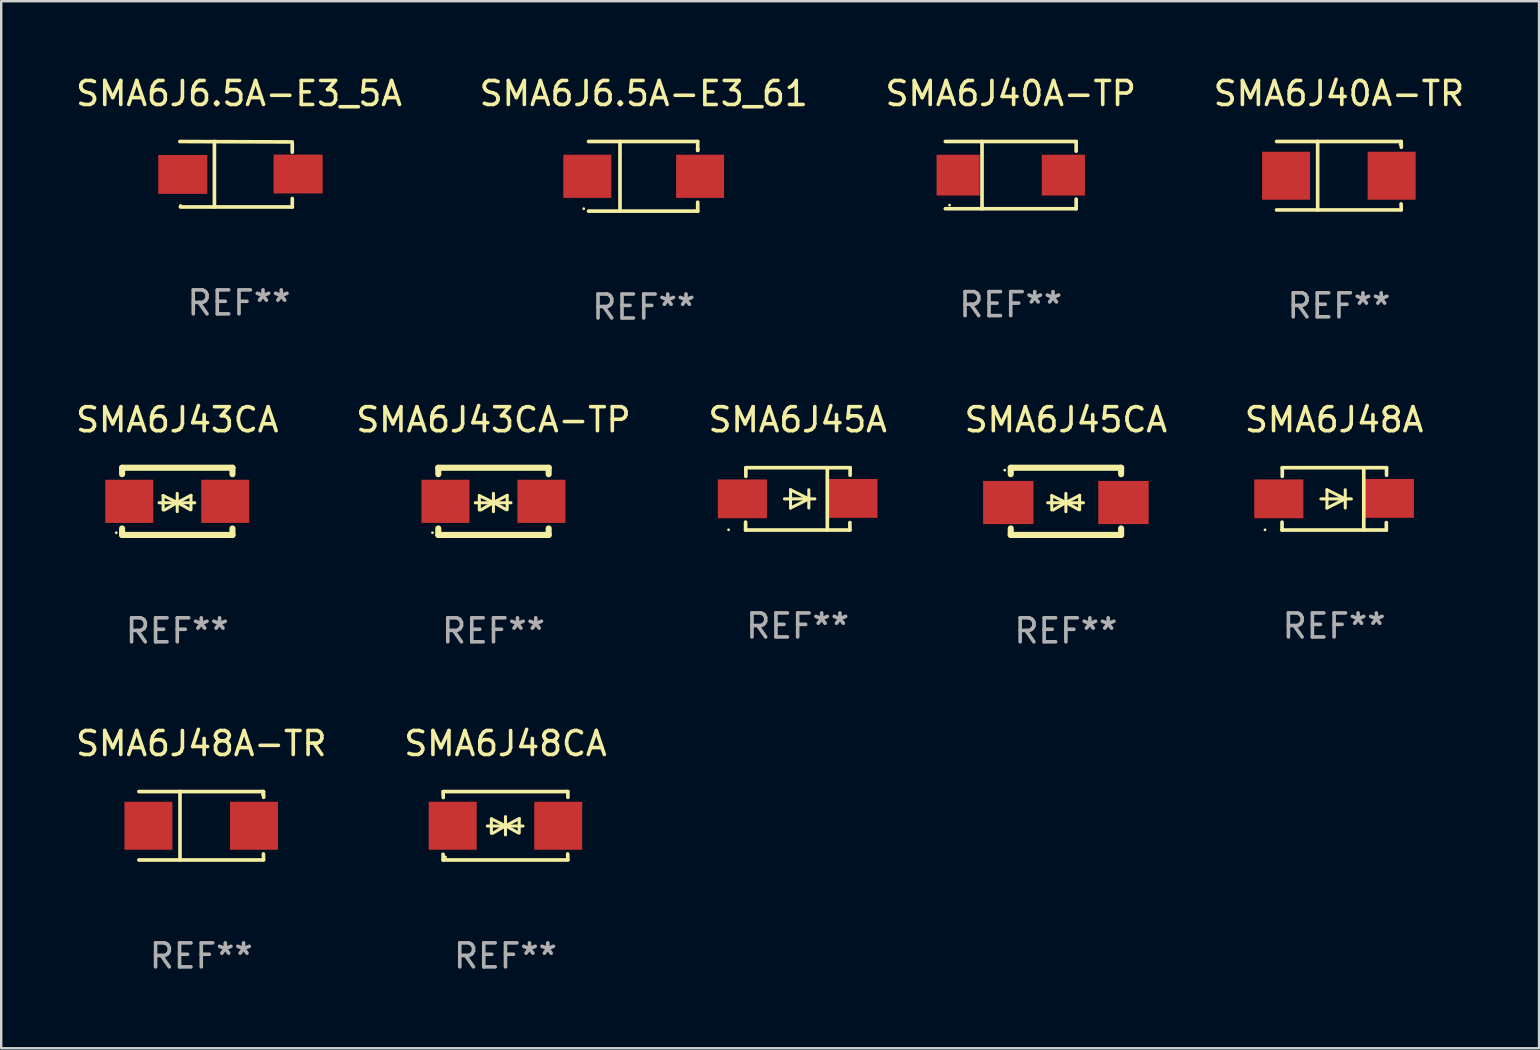
<source format=kicad_pcb>
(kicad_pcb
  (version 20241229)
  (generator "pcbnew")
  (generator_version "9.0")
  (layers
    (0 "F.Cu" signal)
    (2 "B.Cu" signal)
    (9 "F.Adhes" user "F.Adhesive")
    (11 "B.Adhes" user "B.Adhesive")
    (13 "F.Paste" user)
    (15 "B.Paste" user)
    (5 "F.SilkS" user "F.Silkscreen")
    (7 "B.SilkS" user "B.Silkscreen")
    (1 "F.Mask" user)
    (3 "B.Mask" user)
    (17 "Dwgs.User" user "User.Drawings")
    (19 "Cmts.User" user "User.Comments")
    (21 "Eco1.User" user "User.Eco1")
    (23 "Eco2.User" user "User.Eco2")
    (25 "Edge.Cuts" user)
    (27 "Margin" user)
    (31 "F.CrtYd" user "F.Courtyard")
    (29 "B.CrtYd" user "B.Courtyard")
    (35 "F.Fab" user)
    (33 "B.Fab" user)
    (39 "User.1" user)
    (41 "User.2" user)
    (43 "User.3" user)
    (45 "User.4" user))
  (footprint "SMA6J45A"
    (layer "F.Cu")
    (at 30.196 17.743)
    (property "Reference" "SMA6J45A" (at 0 -3.299 0) (layer "F.SilkS") (effects (font (size 1 1) (thickness 0.15))))
    (attr through_hole)
    (fp_line (start -2.17 0.969) (end -2.17 1.299) (stroke (width 0.152) (type solid)) (layer "F.SilkS"))
    (fp_line (start -2.17 1.299) (end 2.177 1.299) (stroke (width 0.152) (type solid)) (layer "F.SilkS"))
    (fp_line (start -2.16 -1.299) (end 2.186 -1.299) (stroke (width 0.152) (type solid)) (layer "F.SilkS"))
    (fp_line (start -2.16 -0.94) (end -2.16 -1.299) (stroke (width 0.152) (type solid)) (layer "F.SilkS"))
    (fp_line (start -0.551 -0.000483) (end 0.719 -0.000483) (stroke (width 0.127) (type solid)) (layer "F.SilkS"))
    (fp_line (start -0.297 -0.381) (end 0.465 -0.000483) (stroke (width 0.127) (type solid)) (layer "F.SilkS"))
    (fp_line (start -0.297 -0.000483) (end -0.297 -0.381) (stroke (width 0.127) (type solid)) (layer "F.SilkS"))
    (fp_line (start -0.297 -0.000483) (end -0.297 0.381) (stroke (width 0.127) (type solid)) (layer "F.SilkS"))
    (fp_line (start -0.297 0.381) (end 0.465 -0.000483) (stroke (width 0.127) (type solid)) (layer "F.SilkS"))
    (fp_line (start 0.465 -0.000483) (end 0.465 -0.381) (stroke (width 0.127) (type solid)) (layer "F.SilkS"))
    (fp_line (start 0.465 -0.000483) (end 0.465 0.381) (stroke (width 0.127) (type solid)) (layer "F.SilkS"))
    (fp_line (start 1.236 -1.299) (end 1.236 1.299) (stroke (width 0.152) (type solid)) (layer "F.SilkS"))
    (fp_line (start 2.177 1.299) (end 2.177 0.988) (stroke (width 0.152) (type solid)) (layer "F.SilkS"))
    (fp_line (start 2.186 -1.299) (end 2.186 -0.987) (stroke (width 0.152) (type solid)) (layer "F.SilkS"))
    (fp_circle (center -2.879 1.289) (end -2.849 1.289) (stroke (width 0.06) (type solid)) (fill no) (layer "F.SilkS"))
    (fp_text user "REF**" (at 0 5.299 0) (layer "F.Fab") (effects (font (size 1 1) (thickness 0.15))))
    (pad "1" smd rect (at -2.304 -0.001) (size 2.046 1.62) (layers "F.Cu" "F.Mask" "F.Paste"))
    (pad "2" smd rect (at 2.304 -0.02 180) (size 2.046 1.62) (layers "F.Cu" "F.Mask" "F.Paste")))
  (footprint "SMA6J48CA"
    (layer "F.Cu")
    (at 18.018 31.367)
    (property "Reference" "SMA6J48CA" (at 0 -3.426 0) (layer "F.SilkS") (effects (font (size 1 1) (thickness 0.15))))
    (attr through_hole)
    (fp_line (start -2.596 -1.426) (end 2.596 -1.426) (stroke (width 0.152) (type solid)) (layer "F.SilkS"))
    (fp_line (start -2.596 1.426) (end -2.603 1.187) (stroke (width 0.152) (type solid)) (layer "F.SilkS"))
    (fp_line (start -2.596 1.426) (end 2.596 1.426) (stroke (width 0.152) (type solid)) (layer "F.SilkS"))
    (fp_line (start -2.593 -1.176) (end -2.6 -1.415) (stroke (width 0.152) (type solid)) (layer "F.SilkS"))
    (fp_line (start -0.758 0.011) (end 0.732 0.011) (stroke (width 0.127) (type solid)) (layer "F.SilkS"))
    (fp_line (start -0.588 -0.289) (end -0.588 0.311) (stroke (width 0.127) (type solid)) (layer "F.SilkS"))
    (fp_line (start -0.588 -0.289) (end 0 0) (stroke (width 0.127) (type solid)) (layer "F.SilkS"))
    (fp_line (start -0.528 0.311) (end 0 0) (stroke (width 0.127) (type solid)) (layer "F.SilkS"))
    (fp_line (start 0 0) (end 0 -0.381) (stroke (width 0.127) (type solid)) (layer "F.SilkS"))
    (fp_line (start 0 0) (end 0 0.381) (stroke (width 0.127) (type solid)) (layer "F.SilkS"))
    (fp_line (start 0.542 0.301) (end 0 0) (stroke (width 0.127) (type solid)) (layer "F.SilkS"))
    (fp_line (start 0.572 -0.299) (end 0 0) (stroke (width 0.127) (type solid)) (layer "F.SilkS"))
    (fp_line (start 0.572 -0.299) (end 0.572 0.301) (stroke (width 0.127) (type solid)) (layer "F.SilkS"))
    (fp_line (start 2.593 1.176) (end 2.6 1.415) (stroke (width 0.152) (type solid)) (layer "F.SilkS"))
    (fp_line (start 2.596 -1.426) (end 2.603 -1.187) (stroke (width 0.152) (type solid)) (layer "F.SilkS"))
    (fp_circle (center -2.5 1.3) (end -2.47 1.3) (stroke (width 0.06) (type solid)) (fill no) (layer "F.SilkS"))
    (fp_text user "REF**" (at 0 5.426 0) (layer "F.Fab") (effects (font (size 1 1) (thickness 0.15))))
    (pad "1" smd rect (at -2.2 0 180) (size 2 2) (layers "F.Cu" "F.Mask" "F.Paste"))
    (pad "2" smd rect (at 2.2 0 180) (size 2 2) (layers "F.Cu" "F.Mask" "F.Paste")))
  (footprint "SMA6J40A-TR"
    (layer "F.Cu")
    (at 52.756 4.274)
    (property "Reference" "SMA6J40A-TR" (at 0 -3.426 0) (layer "F.SilkS") (effects (font (size 1 1) (thickness 0.15))))
    (attr through_hole)
    (fp_line (start -2.6 -1.426) (end 2.593 -1.426) (stroke (width 0.152) (type solid)) (layer "F.SilkS"))
    (fp_line (start -2.6 1.426) (end 2.593 1.426) (stroke (width 0.152) (type solid)) (layer "F.SilkS"))
    (fp_line (start -0.887 -1.426) (end -0.887 1.426) (stroke (width 0.152) (type solid)) (layer "F.SilkS"))
    (fp_line (start 2.59 1.176) (end 2.597 1.415) (stroke (width 0.152) (type solid)) (layer "F.SilkS"))
    (fp_line (start 2.593 -1.426) (end 2.6 -1.187) (stroke (width 0.152) (type solid)) (layer "F.SilkS"))
    (fp_circle (center 2.547 -1.3) (end 2.577 -1.3) (stroke (width 0.06) (type solid)) (fill no) (layer "F.SilkS"))
    (fp_text user "REF**" (at 0 5.426 0) (layer "F.Fab") (effects (font (size 1 1) (thickness 0.15))))
    (pad "1" smd rect (at 2.197 -0.000025 180) (size 2 2) (layers "F.Cu" "F.Mask" "F.Paste"))
    (pad "2" smd rect (at -2.203 -0.000025 180) (size 2 2) (layers "F.Cu" "F.Mask" "F.Paste")))
  (footprint "SMA6J43CA"
    (layer "F.Cu")
    (at 4.339 17.845)
    (property "Reference" "SMA6J43CA" (at 0 -3.4 0) (layer "F.SilkS") (effects (font (size 1 1) (thickness 0.15))))
    (attr through_hole)
    (fp_line (start -2.3 -1.4) (end -2.3 -1.131) (stroke (width 0.254) (type solid)) (layer "F.SilkS"))
    (fp_line (start -2.3 -1.4) (end 2.3 -1.4) (stroke (width 0.254) (type solid)) (layer "F.SilkS"))
    (fp_line (start -2.3 1.131) (end -2.3 1.4) (stroke (width 0.254) (type solid)) (layer "F.SilkS"))
    (fp_line (start -2.3 1.4) (end 2.3 1.4) (stroke (width 0.254) (type solid)) (layer "F.SilkS"))
    (fp_line (start -0.76 0.06) (end 0.73 0.06) (stroke (width 0.127) (type solid)) (layer "F.SilkS"))
    (fp_line (start -0.59 -0.24) (end -0.59 0.36) (stroke (width 0.127) (type solid)) (layer "F.SilkS"))
    (fp_line (start -0.59 -0.24) (end -0.002 0.049) (stroke (width 0.127) (type solid)) (layer "F.SilkS"))
    (fp_line (start -0.53 0.36) (end -0.002 0.049) (stroke (width 0.127) (type solid)) (layer "F.SilkS"))
    (fp_line (start -0.002 0.049) (end -0.002 -0.332) (stroke (width 0.127) (type solid)) (layer "F.SilkS"))
    (fp_line (start -0.002 0.049) (end -0.002 0.43) (stroke (width 0.127) (type solid)) (layer "F.SilkS"))
    (fp_line (start 0.54 0.35) (end -0.002 0.049) (stroke (width 0.127) (type solid)) (layer "F.SilkS"))
    (fp_line (start 0.57 -0.25) (end -0.002 0.049) (stroke (width 0.127) (type solid)) (layer "F.SilkS"))
    (fp_line (start 0.57 -0.25) (end 0.57 0.35) (stroke (width 0.127) (type solid)) (layer "F.SilkS"))
    (fp_line (start 2.3 -1.4) (end 2.3 -1.131) (stroke (width 0.254) (type solid)) (layer "F.SilkS"))
    (fp_line (start 2.3 1.131) (end 2.3 1.4) (stroke (width 0.254) (type solid)) (layer "F.SilkS"))
    (fp_circle (center -2.542 1.308) (end -2.512 1.308) (stroke (width 0.06) (type solid)) (fill no) (layer "F.SilkS"))
    (fp_text user "REF**" (at 0 5.4 0) (layer "F.Fab") (effects (font (size 1 1) (thickness 0.15))))
    (pad "1" smd rect (at -2 0) (size 2 1.8) (layers "F.Cu" "F.Mask" "F.Paste"))
    (pad "2" smd rect (at 2 0) (size 2 1.8) (layers "F.Cu" "F.Mask" "F.Paste")))
  (footprint "SMA6J45CA"
    (layer "F.Cu")
    (at 41.375 17.845)
    (property "Reference" "SMA6J45CA" (at 0 -3.4 0) (layer "F.SilkS") (effects (font (size 1 1) (thickness 0.15))))
    (attr through_hole)
    (fp_line (start -2.298 -1.4) (end -2.298 -1.131) (stroke (width 0.254) (type solid)) (layer "F.SilkS"))
    (fp_line (start -2.298 -1.4) (end 2.302 -1.4) (stroke (width 0.254) (type solid)) (layer "F.SilkS"))
    (fp_line (start -2.298 1.131) (end -2.298 1.4) (stroke (width 0.254) (type solid)) (layer "F.SilkS"))
    (fp_line (start -2.298 1.4) (end 2.302 1.4) (stroke (width 0.254) (type solid)) (layer "F.SilkS"))
    (fp_line (start -0.758 0.06) (end 0.732 0.06) (stroke (width 0.127) (type solid)) (layer "F.SilkS"))
    (fp_line (start -0.588 -0.24) (end -0.588 0.36) (stroke (width 0.127) (type solid)) (layer "F.SilkS"))
    (fp_line (start -0.588 -0.24) (end 0.000025 0.049) (stroke (width 0.127) (type solid)) (layer "F.SilkS"))
    (fp_line (start -0.528 0.36) (end 0.000025 0.049) (stroke (width 0.127) (type solid)) (layer "F.SilkS"))
    (fp_line (start 0.000025 0.049) (end 0.000025 -0.332) (stroke (width 0.127) (type solid)) (layer "F.SilkS"))
    (fp_line (start 0.000025 0.049) (end 0.000025 0.43) (stroke (width 0.127) (type solid)) (layer "F.SilkS"))
    (fp_line (start 0.542 0.35) (end 0.000025 0.049) (stroke (width 0.127) (type solid)) (layer "F.SilkS"))
    (fp_line (start 0.572 -0.25) (end 0.000025 0.049) (stroke (width 0.127) (type solid)) (layer "F.SilkS"))
    (fp_line (start 0.572 -0.25) (end 0.572 0.35) (stroke (width 0.127) (type solid)) (layer "F.SilkS"))
    (fp_line (start 2.302 -1.4) (end 2.302 -1.131) (stroke (width 0.254) (type solid)) (layer "F.SilkS"))
    (fp_line (start 2.302 1.131) (end 2.302 1.4) (stroke (width 0.254) (type solid)) (layer "F.SilkS"))
    (fp_circle (center -2.549 -1.301) (end -2.519 -1.301) (stroke (width 0.06) (type solid)) (fill no) (layer "F.SilkS"))
    (fp_text user "REF**" (at 0 5.4 0) (layer "F.Fab") (effects (font (size 1 1) (thickness 0.15))))
    (pad "1" smd rect (at -2.4 0.049) (size 2.1 1.8) (layers "F.Cu" "F.Mask" "F.Paste"))
    (pad "2" smd rect (at 2.4 0.049) (size 2.1 1.8) (layers "F.Cu" "F.Mask" "F.Paste")))
  (footprint "SMA6J48A-TR"
    (layer "F.Cu")
    (at 5.339 31.367)
    (property "Reference" "SMA6J48A-TR" (at 0 -3.426 0) (layer "F.SilkS") (effects (font (size 1 1) (thickness 0.15))))
    (attr through_hole)
    (fp_line (start -2.6 -1.426) (end 2.593 -1.426) (stroke (width 0.152) (type solid)) (layer "F.SilkS"))
    (fp_line (start -2.6 1.426) (end 2.593 1.426) (stroke (width 0.152) (type solid)) (layer "F.SilkS"))
    (fp_line (start -0.887 -1.426) (end -0.887 1.426) (stroke (width 0.152) (type solid)) (layer "F.SilkS"))
    (fp_line (start 2.59 1.176) (end 2.597 1.415) (stroke (width 0.152) (type solid)) (layer "F.SilkS"))
    (fp_line (start 2.593 -1.426) (end 2.6 -1.187) (stroke (width 0.152) (type solid)) (layer "F.SilkS"))
    (fp_circle (center 2.547 -1.3) (end 2.577 -1.3) (stroke (width 0.06) (type solid)) (fill no) (layer "F.SilkS"))
    (fp_text user "REF**" (at 0 5.426 0) (layer "F.Fab") (effects (font (size 1 1) (thickness 0.15))))
    (pad "1" smd rect (at 2.197 -0.000025 180) (size 2 2) (layers "F.Cu" "F.Mask" "F.Paste"))
    (pad "2" smd rect (at -2.203 -0.000025 180) (size 2 2) (layers "F.Cu" "F.Mask" "F.Paste")))
  (footprint "SMA6J40A-TP"
    (layer "F.Cu")
    (at 39.077 4.249)
    (property "Reference" "SMA6J40A-TP" (at 0 -3.401 0) (layer "F.SilkS") (effects (font (size 1 1) (thickness 0.15))))
    (attr through_hole)
    (fp_line (start -2.726 -1.401) (end 2.726 -1.401) (stroke (width 0.152) (type solid)) (layer "F.SilkS"))
    (fp_line (start -2.726 1.401) (end 2.726 1.401) (stroke (width 0.152) (type solid)) (layer "F.SilkS"))
    (fp_line (start -1.197 -1.401) (end -1.197 1.401) (stroke (width 0.152) (type solid)) (layer "F.SilkS"))
    (fp_line (start 2.726 -1.401) (end 2.726 -1) (stroke (width 0.152) (type solid)) (layer "F.SilkS"))
    (fp_line (start 2.726 1.401) (end 2.726 1) (stroke (width 0.152) (type solid)) (layer "F.SilkS"))
    (fp_circle (center -2.55 1.25) (end -2.52 1.25) (stroke (width 0.06) (type solid)) (fill no) (layer "F.SilkS"))
    (fp_text user "REF**" (at 0 5.401 0) (layer "F.Fab") (effects (font (size 1 1) (thickness 0.15))))
    (pad "1" smd rect (at -2.192 0) (size 1.8 1.7) (layers "F.Cu" "F.Mask" "F.Paste"))
    (pad "2" smd rect (at 2.192 0) (size 1.8 1.7) (layers "F.Cu" "F.Mask" "F.Paste")))
  (footprint "SMA6J43CA-TP"
    (layer "F.Cu")
    (at 17.518 17.845)
    (property "Reference" "SMA6J43CA-TP" (at 0 -3.4 0) (layer "F.SilkS") (effects (font (size 1 1) (thickness 0.15))))
    (attr through_hole)
    (fp_line (start -2.3 -1.4) (end -2.3 -1.131) (stroke (width 0.254) (type solid)) (layer "F.SilkS"))
    (fp_line (start -2.3 -1.4) (end 2.3 -1.4) (stroke (width 0.254) (type solid)) (layer "F.SilkS"))
    (fp_line (start -2.3 1.131) (end -2.3 1.4) (stroke (width 0.254) (type solid)) (layer "F.SilkS"))
    (fp_line (start -2.3 1.4) (end 2.3 1.4) (stroke (width 0.254) (type solid)) (layer "F.SilkS"))
    (fp_line (start -0.76 0.06) (end 0.73 0.06) (stroke (width 0.127) (type solid)) (layer "F.SilkS"))
    (fp_line (start -0.59 -0.24) (end -0.59 0.36) (stroke (width 0.127) (type solid)) (layer "F.SilkS"))
    (fp_line (start -0.59 -0.24) (end -0.002 0.049) (stroke (width 0.127) (type solid)) (layer "F.SilkS"))
    (fp_line (start -0.53 0.36) (end -0.002 0.049) (stroke (width 0.127) (type solid)) (layer "F.SilkS"))
    (fp_line (start -0.002 0.049) (end -0.002 -0.332) (stroke (width 0.127) (type solid)) (layer "F.SilkS"))
    (fp_line (start -0.002 0.049) (end -0.002 0.43) (stroke (width 0.127) (type solid)) (layer "F.SilkS"))
    (fp_line (start 0.54 0.35) (end -0.002 0.049) (stroke (width 0.127) (type solid)) (layer "F.SilkS"))
    (fp_line (start 0.57 -0.25) (end -0.002 0.049) (stroke (width 0.127) (type solid)) (layer "F.SilkS"))
    (fp_line (start 0.57 -0.25) (end 0.57 0.35) (stroke (width 0.127) (type solid)) (layer "F.SilkS"))
    (fp_line (start 2.3 -1.4) (end 2.3 -1.131) (stroke (width 0.254) (type solid)) (layer "F.SilkS"))
    (fp_line (start 2.3 1.131) (end 2.3 1.4) (stroke (width 0.254) (type solid)) (layer "F.SilkS"))
    (fp_circle (center -2.542 1.308) (end -2.512 1.308) (stroke (width 0.06) (type solid)) (fill no) (layer "F.SilkS"))
    (fp_text user "REF**" (at 0 5.4 0) (layer "F.Fab") (effects (font (size 1 1) (thickness 0.15))))
    (pad "1" smd rect (at -2 0) (size 2 1.8) (layers "F.Cu" "F.Mask" "F.Paste"))
    (pad "2" smd rect (at 2 0) (size 2 1.8) (layers "F.Cu" "F.Mask" "F.Paste")))
  (footprint "SMA6J6.5A-E3_5A"
    (layer "F.Cu")
    (at 6.911 4.212)
    (property "Reference" "SMA6J6.5A-E3_5A" (at 0 -3.364 0) (layer "F.SilkS") (effects (font (size 1 1) (thickness 0.15))))
    (attr through_hole)
    (fp_line (start -2.465 -1.364) (end 2.22 -1.346) (stroke (width 0.152) (type solid)) (layer "F.SilkS"))
    (fp_line (start -2.442 1.364) (end 2.226 1.364) (stroke (width 0.152) (type solid)) (layer "F.SilkS"))
    (fp_line (start -1.024 -1.364) (end -1.024 1.364) (stroke (width 0.152) (type solid)) (layer "F.SilkS"))
    (fp_line (start 2.22 -1.27) (end 2.22 -0.919) (stroke (width 0.152) (type solid)) (layer "F.SilkS"))
    (fp_line (start 2.22 1.364) (end 2.22 1.013) (stroke (width 0.152) (type solid)) (layer "F.SilkS"))
    (fp_circle (center -2.439 1.3) (end -2.409 1.3) (stroke (width 0.06) (type solid)) (fill no) (layer "F.SilkS"))
    (fp_text user "REF**" (at 0 5.364 0) (layer "F.Fab") (effects (font (size 1 1) (thickness 0.15))))
    (pad "1" smd rect (at -2.343 0.009) (size 2.046 1.62) (layers "F.Cu" "F.Mask" "F.Paste"))
    (pad "2" smd rect (at 2.465 -0.009 180) (size 2.046 1.62) (layers "F.Cu" "F.Mask" "F.Paste")))
  (footprint "SMA6J48A"
    (layer "F.Cu")
    (at 52.554 17.743)
    (property "Reference" "SMA6J48A" (at 0 -3.299 0) (layer "F.SilkS") (effects (font (size 1 1) (thickness 0.15))))
    (attr through_hole)
    (fp_line (start -2.17 0.969) (end -2.17 1.299) (stroke (width 0.152) (type solid)) (layer "F.SilkS"))
    (fp_line (start -2.17 1.299) (end 2.177 1.299) (stroke (width 0.152) (type solid)) (layer "F.SilkS"))
    (fp_line (start -2.16 -1.299) (end 2.186 -1.299) (stroke (width 0.152) (type solid)) (layer "F.SilkS"))
    (fp_line (start -2.16 -0.94) (end -2.16 -1.299) (stroke (width 0.152) (type solid)) (layer "F.SilkS"))
    (fp_line (start -0.551 -0.000483) (end 0.719 -0.000483) (stroke (width 0.127) (type solid)) (layer "F.SilkS"))
    (fp_line (start -0.297 -0.381) (end 0.465 -0.000483) (stroke (width 0.127) (type solid)) (layer "F.SilkS"))
    (fp_line (start -0.297 -0.000483) (end -0.297 -0.381) (stroke (width 0.127) (type solid)) (layer "F.SilkS"))
    (fp_line (start -0.297 -0.000483) (end -0.297 0.381) (stroke (width 0.127) (type solid)) (layer "F.SilkS"))
    (fp_line (start -0.297 0.381) (end 0.465 -0.000483) (stroke (width 0.127) (type solid)) (layer "F.SilkS"))
    (fp_line (start 0.465 -0.000483) (end 0.465 -0.381) (stroke (width 0.127) (type solid)) (layer "F.SilkS"))
    (fp_line (start 0.465 -0.000483) (end 0.465 0.381) (stroke (width 0.127) (type solid)) (layer "F.SilkS"))
    (fp_line (start 1.236 -1.299) (end 1.236 1.299) (stroke (width 0.152) (type solid)) (layer "F.SilkS"))
    (fp_line (start 2.177 1.299) (end 2.177 0.988) (stroke (width 0.152) (type solid)) (layer "F.SilkS"))
    (fp_line (start 2.186 -1.299) (end 2.186 -0.987) (stroke (width 0.152) (type solid)) (layer "F.SilkS"))
    (fp_circle (center -2.879 1.289) (end -2.849 1.289) (stroke (width 0.06) (type solid)) (fill no) (layer "F.SilkS"))
    (fp_text user "REF**" (at 0 5.299 0) (layer "F.Fab") (effects (font (size 1 1) (thickness 0.15))))
    (pad "1" smd rect (at -2.304 -0.001) (size 2.046 1.62) (layers "F.Cu" "F.Mask" "F.Paste"))
    (pad "2" smd rect (at 2.304 -0.02 180) (size 2.046 1.62) (layers "F.Cu" "F.Mask" "F.Paste")))
  (footprint "SMA6J6.5A-E3_61"
    (layer "F.Cu")
    (at 23.78 4.298)
    (property "Reference" "SMA6J6.5A-E3_61" (at 0 -3.45 0) (layer "F.SilkS") (effects (font (size 1 1) (thickness 0.15))))
    (attr through_hole)
    (fp_line (start -2.3 -1.45) (end 2.25 -1.45) (stroke (width 0.152) (type solid)) (layer "F.SilkS"))
    (fp_line (start -0.989 -1.45) (end -0.989 1.45) (stroke (width 0.152) (type solid)) (layer "F.SilkS"))
    (fp_line (start 2.25 -1.45) (end 2.25 -1.08) (stroke (width 0.152) (type solid)) (layer "F.SilkS"))
    (fp_line (start 2.25 -1.08) (end 2.25 -1.142) (stroke (width 0.152) (type solid)) (layer "F.SilkS"))
    (fp_line (start 2.25 1.45) (end -2.3 1.45) (stroke (width 0.152) (type solid)) (layer "F.SilkS"))
    (fp_line (start 2.25 1.45) (end 2.25 1.08) (stroke (width 0.152) (type solid)) (layer "F.SilkS"))
    (fp_circle (center -2.5 1.35) (end -2.47 1.35) (stroke (width 0.06) (type solid)) (fill no) (layer "F.SilkS"))
    (fp_text user "REF**" (at 0 5.45 0) (layer "F.Fab") (effects (font (size 1 1) (thickness 0.15))))
    (pad "1" smd rect (at -2.35 0.000025) (size 2 1.8) (layers "F.Cu" "F.Mask" "F.Paste"))
    (pad "2" smd rect (at 2.35 0.000025) (size 2 1.8) (layers "F.Cu" "F.Mask" "F.Paste")))
  (gr_rect
    (start -3 -3)
    (end 61.095 40.642)
    (stroke (width 0.1) (type default))
    (fill no)
    (layer "Edge.Cuts")))
</source>
